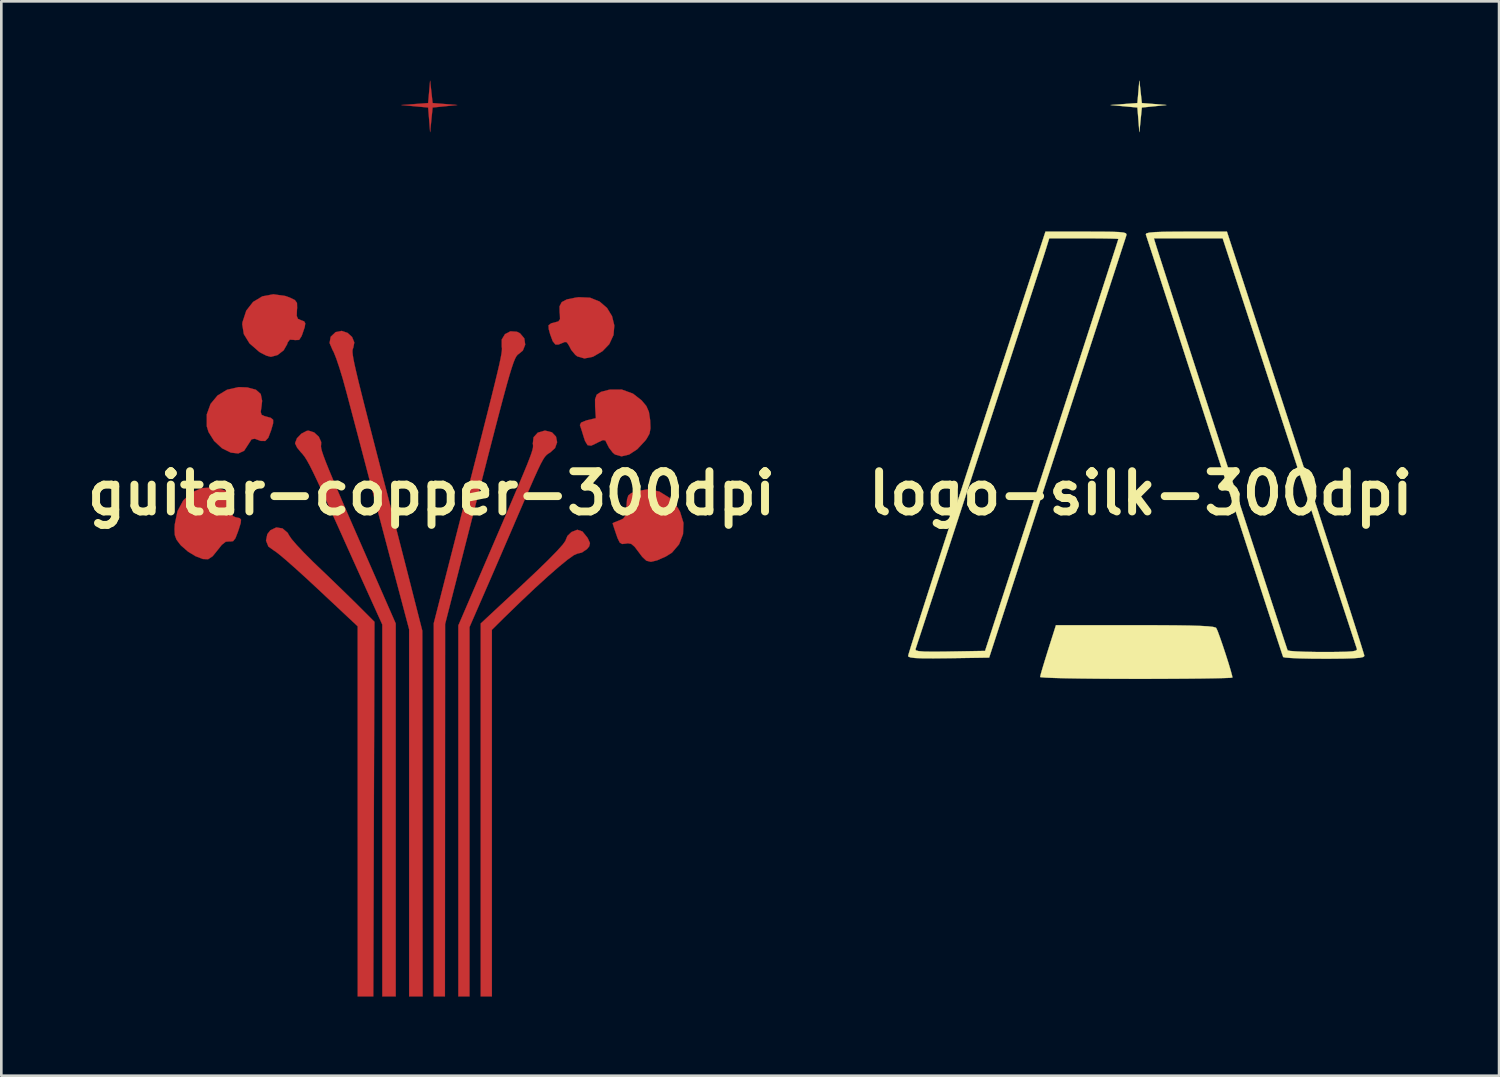
<source format=kicad_pcb>
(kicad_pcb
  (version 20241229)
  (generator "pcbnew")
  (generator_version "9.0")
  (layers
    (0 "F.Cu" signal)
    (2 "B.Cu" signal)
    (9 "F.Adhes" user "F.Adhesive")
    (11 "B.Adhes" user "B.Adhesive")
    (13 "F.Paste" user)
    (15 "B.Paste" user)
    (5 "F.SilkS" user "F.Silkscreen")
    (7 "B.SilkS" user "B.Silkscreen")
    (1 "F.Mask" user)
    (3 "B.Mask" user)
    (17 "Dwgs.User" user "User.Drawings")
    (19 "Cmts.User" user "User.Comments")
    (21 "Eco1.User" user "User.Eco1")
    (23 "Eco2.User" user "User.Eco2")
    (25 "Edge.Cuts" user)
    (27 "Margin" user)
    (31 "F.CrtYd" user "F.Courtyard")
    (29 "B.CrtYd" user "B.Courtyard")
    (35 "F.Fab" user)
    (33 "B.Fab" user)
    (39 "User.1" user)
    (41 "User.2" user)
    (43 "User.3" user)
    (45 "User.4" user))
  (footprint "logo-silk-300dpi"
    (layer "F.Cu")
    (at 40.142 15.626)
    (property "Reference" "logo-silk-300dpi" (at 0 0 0) (layer "F.SilkS") (effects (font (size 1.524 1.524) (thickness 0.3))))
    (attr through_hole)
    (fp_poly (pts (xy -0.005 -15.198) (xy 0.042 -14.774) (xy 0.508 -14.737) (xy 0.974 -14.699) (xy 0.508 -14.652) (xy 0.042 -14.605) (xy -0.005 -14.139) (xy -0.052 -13.674) (xy -0.089 -14.139) (xy -0.127 -14.605) (xy -0.635 -14.652) (xy -1.143 -14.699) (xy -0.127 -14.774) (xy -0.09 -15.198) (xy -0.053 -15.621) (xy -0.005 -15.198)) (stroke (width 0.01) (type solid)) (fill yes) (layer "F.SilkS"))
    (fp_poly (pts (xy 0.62 4.997) (xy 1.302 5.001) (xy 1.842 5.009) (xy 2.252 5.022) (xy 2.546 5.038) (xy 2.737 5.06) (xy 2.838 5.087) (xy 2.857 5.101) (xy 2.909 5.212) (xy 2.994 5.443) (xy 3.101 5.751) (xy 3.215 6.095) (xy 3.323 6.433) (xy 3.409 6.722) (xy 3.462 6.92) (xy 3.471 6.977) (xy 3.39 6.988) (xy 3.156 6.997) (xy 2.787 7.006) (xy 2.301 7.014) (xy 1.715 7.02) (xy 1.046 7.024) (xy 0.311 7.027) (xy -0.169 7.027) (xy -0.936 7.026) (xy -1.648 7.021) (xy -2.287 7.014) (xy -2.838 7.005) (xy -3.281 6.993) (xy -3.6 6.98) (xy -3.778 6.966) (xy -3.81 6.957) (xy -3.786 6.852) (xy -3.72 6.621) (xy -3.622 6.299) (xy -3.511 5.941) (xy -3.211 4.995) (xy -0.219 4.995) (xy 0.62 4.997)) (stroke (width 0.01) (type solid)) (fill yes) (layer "F.SilkS"))
    (fp_poly (pts (xy -1.504 -9.905) (xy -1.103 -9.9) (xy -0.827 -9.89) (xy -0.656 -9.872) (xy -0.567 -9.845) (xy -0.539 -9.805) (xy -0.547 -9.758) (xy -0.579 -9.658) (xy -0.661 -9.408) (xy -0.787 -9.019) (xy -0.955 -8.503) (xy -1.161 -7.871) (xy -1.401 -7.133) (xy -1.671 -6.3) (xy -1.969 -5.385) (xy -2.29 -4.398) (xy -2.63 -3.35) (xy -2.986 -2.253) (xy -3.168 -1.693) (xy -5.74 6.223) (xy -7.273 6.246) (xy -7.842 6.252) (xy -8.26 6.25) (xy -8.546 6.238) (xy -8.72 6.216) (xy -8.799 6.183) (xy -8.808 6.161) (xy -8.783 6.067) (xy -8.734 5.908) (xy -8.531 5.908) (xy -8.513 5.949) (xy -8.41 5.977) (xy -8.202 5.994) (xy -7.869 5.999) (xy -7.393 5.995) (xy -7.233 5.992) (xy -5.895 5.969) (xy -3.371 -1.819) (xy -3.013 -2.924) (xy -2.67 -3.983) (xy -2.345 -4.985) (xy -2.043 -5.918) (xy -1.767 -6.772) (xy -1.52 -7.536) (xy -1.306 -8.198) (xy -1.129 -8.748) (xy -0.991 -9.175) (xy -0.898 -9.467) (xy -0.851 -9.613) (xy -0.847 -9.629) (xy -0.927 -9.637) (xy -1.147 -9.644) (xy -1.479 -9.649) (xy -1.894 -9.652) (xy -2.156 -9.652) (xy -3.465 -9.652) (xy -3.628 -9.123) (xy -3.676 -8.974) (xy -3.77 -8.682) (xy -3.907 -8.26) (xy -4.081 -7.724) (xy -4.288 -7.087) (xy -4.524 -6.362) (xy -4.784 -5.563) (xy -5.063 -4.705) (xy -5.358 -3.801) (xy -5.663 -2.864) (xy -5.974 -1.91) (xy -6.287 -0.952) (xy -6.596 -0.003) (xy -6.898 0.923) (xy -7.188 1.811) (xy -7.462 2.648) (xy -7.714 3.42) (xy -7.941 4.113) (xy -8.137 4.713) (xy -8.299 5.207) (xy -8.422 5.58) (xy -8.5 5.819) (xy -8.531 5.908) (xy -8.734 5.908) (xy -8.709 5.823) (xy -8.589 5.441) (xy -8.427 4.93) (xy -8.226 4.302) (xy -7.991 3.569) (xy -7.724 2.74) (xy -7.429 1.828) (xy -7.11 0.843) (xy -6.77 -0.204) (xy -6.413 -1.301) (xy -6.21 -1.926) (xy -3.608 -9.906) (xy -2.052 -9.906) (xy -1.504 -9.905)) (stroke (width 0.01) (type solid)) (fill yes) (layer "F.SilkS"))
    (fp_poly (pts (xy 5.866 -1.926) (xy 6.231 -0.805) (xy 6.581 0.271) (xy 6.912 1.291) (xy 7.221 2.245) (xy 7.504 3.121) (xy 7.757 3.908) (xy 7.978 4.596) (xy 8.162 5.172) (xy 8.306 5.627) (xy 8.406 5.949) (xy 8.46 6.127) (xy 8.467 6.16) (xy 8.426 6.199) (xy 8.291 6.229) (xy 8.044 6.248) (xy 7.668 6.26) (xy 7.146 6.265) (xy 6.948 6.265) (xy 6.459 6.262) (xy 6.031 6.253) (xy 5.692 6.238) (xy 5.47 6.22) (xy 5.393 6.202) (xy 5.362 6.114) (xy 5.283 5.876) (xy 5.159 5.499) (xy 4.994 4.994) (xy 4.79 4.371) (xy 4.553 3.643) (xy 4.285 2.819) (xy 3.99 1.911) (xy 3.672 0.931) (xy 3.334 -0.113) (xy 2.979 -1.207) (xy 2.794 -1.778) (xy 2.433 -2.895) (xy 2.086 -3.967) (xy 1.756 -4.983) (xy 1.449 -5.933) (xy 1.166 -6.804) (xy 0.912 -7.586) (xy 0.691 -8.268) (xy 0.506 -8.839) (xy 0.36 -9.287) (xy 0.257 -9.602) (xy 0.241 -9.652) (xy 0.497 -9.652) (xy 0.555 -9.461) (xy 0.606 -9.299) (xy 0.702 -8.997) (xy 0.841 -8.567) (xy 1.016 -8.023) (xy 1.224 -7.379) (xy 1.46 -6.649) (xy 1.72 -5.845) (xy 2 -4.982) (xy 2.295 -4.073) (xy 2.601 -3.131) (xy 2.913 -2.17) (xy 3.227 -1.203) (xy 3.538 -0.245) (xy 3.843 0.693) (xy 4.137 1.595) (xy 4.415 2.449) (xy 4.673 3.241) (xy 4.906 3.958) (xy 5.111 4.585) (xy 5.283 5.111) (xy 5.417 5.52) (xy 5.51 5.799) (xy 5.556 5.936) (xy 5.56 5.948) (xy 5.653 5.97) (xy 5.886 5.988) (xy 6.229 6.002) (xy 6.651 6.01) (xy 6.914 6.011) (xy 7.419 6.009) (xy 7.777 6.001) (xy 8.009 5.986) (xy 8.139 5.961) (xy 8.187 5.923) (xy 8.184 5.889) (xy 8.151 5.793) (xy 8.07 5.547) (xy 7.944 5.162) (xy 7.776 4.65) (xy 7.57 4.023) (xy 7.33 3.29) (xy 7.059 2.464) (xy 6.762 1.556) (xy 6.442 0.576) (xy 6.102 -0.463) (xy 5.747 -1.551) (xy 5.619 -1.942) (xy 3.101 -9.652) (xy 0.497 -9.652) (xy 0.241 -9.652) (xy 0.201 -9.773) (xy 0.192 -9.8) (xy 0.213 -9.839) (xy 0.324 -9.868) (xy 0.542 -9.888) (xy 0.883 -9.9) (xy 1.367 -9.905) (xy 1.707 -9.906) (xy 3.263 -9.906) (xy 5.866 -1.926)) (stroke (width 0.01) (type solid)) (fill yes) (layer "F.SilkS")))
  (footprint "guitar-copper-300dpi"
    (layer "F.Cu")
    (at 13.288 15.626)
    (property "Reference" "guitar-copper-300dpi" (at 0 0 0) (layer "F.SilkS") (effects (font (size 1.524 1.524) (thickness 0.3))))
    (attr through_hole)
    (fp_poly (pts (xy -0.005 -15.198) (xy 0.042 -14.774) (xy 0.508 -14.737) (xy 0.974 -14.699) (xy 0.508 -14.652) (xy 0.042 -14.605) (xy -0.005 -14.139) (xy -0.052 -13.674) (xy -0.089 -14.139) (xy -0.127 -14.605) (xy -0.635 -14.652) (xy -1.143 -14.699) (xy -0.127 -14.774) (xy -0.09 -15.198) (xy -0.053 -15.621) (xy -0.005 -15.198)) (stroke (width 0.01) (type solid)) (fill yes) (layer "F.Cu"))
    (fp_poly (pts (xy 5.713 1.446) (xy 5.895 1.669) (xy 5.924 1.717) (xy 6 1.888) (xy 5.97 2.012) (xy 5.89 2.111) (xy 5.696 2.244) (xy 5.521 2.286) (xy 5.388 2.345) (xy 5.148 2.516) (xy 4.815 2.789) (xy 4.399 3.153) (xy 3.911 3.598) (xy 3.365 4.115) (xy 2.77 4.691) (xy 2.567 4.892) (xy 2.286 5.17) (xy 2.286 19.05) (xy 1.863 19.05) (xy 1.863 4.931) (xy 3.471 3.433) (xy 3.992 2.942) (xy 4.421 2.525) (xy 4.75 2.189) (xy 4.97 1.944) (xy 5.073 1.799) (xy 5.08 1.774) (xy 5.146 1.616) (xy 5.3 1.468) (xy 5.521 1.382) (xy 5.713 1.446)) (stroke (width 0.01) (type solid)) (fill yes) (layer "F.Cu"))
    (fp_poly (pts (xy -5.641 1.331) (xy -5.447 1.497) (xy -5.392 1.596) (xy -5.297 1.735) (xy -5.102 1.962) (xy -4.83 2.251) (xy -4.505 2.577) (xy -4.318 2.757) (xy -3.923 3.134) (xy -3.515 3.528) (xy -3.135 3.898) (xy -2.824 4.203) (xy -2.752 4.275) (xy -2.159 4.868) (xy -2.182 11.959) (xy -2.204 19.05) (xy -2.794 19.05) (xy -2.795 12.044) (xy -2.795 5.038) (xy -4.286 3.641) (xy -4.711 3.246) (xy -5.104 2.889) (xy -5.446 2.586) (xy -5.716 2.355) (xy -5.896 2.213) (xy -5.955 2.176) (xy -6.176 2.018) (xy -6.266 1.792) (xy -6.216 1.548) (xy -6.099 1.4) (xy -5.876 1.294) (xy -5.641 1.331)) (stroke (width 0.01) (type solid)) (fill yes) (layer "F.Cu"))
    (fp_poly (pts (xy -6.976 -4.007) (xy -6.648 -3.92) (xy -6.466 -3.758) (xy -6.413 -3.499) (xy -6.435 -3.299) (xy -6.466 -3.081) (xy -6.435 -2.972) (xy -6.32 -2.919) (xy -6.275 -2.908) (xy -6.084 -2.855) (xy -5.997 -2.783) (xy -5.997 -2.646) (xy -6.068 -2.399) (xy -6.08 -2.364) (xy -6.181 -2.099) (xy -6.295 -1.979) (xy -6.466 -1.982) (xy -6.689 -2.064) (xy -6.812 -2.044) (xy -6.929 -1.863) (xy -6.929 -1.863) (xy -7.095 -1.608) (xy -7.316 -1.507) (xy -7.598 -1.539) (xy -7.933 -1.704) (xy -8.231 -1.982) (xy -8.442 -2.318) (xy -8.508 -2.533) (xy -8.509 -2.985) (xy -8.366 -3.381) (xy -8.102 -3.7) (xy -7.74 -3.92) (xy -7.301 -4.019) (xy -6.976 -4.007)) (stroke (width 0.01) (type solid)) (fill yes) (layer "F.Cu"))
    (fp_poly (pts (xy 6.003 -7.404) (xy 6.364 -7.259) (xy 6.646 -7.016) (xy 6.836 -6.704) (xy 6.922 -6.352) (xy 6.891 -5.99) (xy 6.73 -5.644) (xy 6.471 -5.377) (xy 6.115 -5.169) (xy 5.791 -5.104) (xy 5.519 -5.183) (xy 5.446 -5.24) (xy 5.29 -5.429) (xy 5.206 -5.591) (xy 5.125 -5.715) (xy 5.051 -5.729) (xy 4.889 -5.663) (xy 4.806 -5.63) (xy 4.69 -5.633) (xy 4.589 -5.758) (xy 4.491 -6.024) (xy 4.439 -6.215) (xy 4.431 -6.359) (xy 4.53 -6.434) (xy 4.643 -6.462) (xy 4.804 -6.507) (xy 4.866 -6.593) (xy 4.86 -6.775) (xy 4.851 -6.846) (xy 4.848 -7.079) (xy 4.931 -7.237) (xy 5.125 -7.34) (xy 5.456 -7.407) (xy 5.575 -7.423) (xy 6.003 -7.404)) (stroke (width 0.01) (type solid)) (fill yes) (layer "F.Cu"))
    (fp_poly (pts (xy -5.528 -7.468) (xy -5.365 -7.409) (xy -5.172 -7.314) (xy -5.093 -7.206) (xy -5.088 -7.015) (xy -5.095 -6.94) (xy -5.103 -6.716) (xy -5.057 -6.603) (xy -4.934 -6.549) (xy -4.932 -6.549) (xy -4.822 -6.509) (xy -4.779 -6.434) (xy -4.801 -6.288) (xy -4.888 -6.033) (xy -4.921 -5.946) (xy -5.012 -5.807) (xy -5.171 -5.799) (xy -5.202 -5.806) (xy -5.365 -5.816) (xy -5.447 -5.708) (xy -5.465 -5.643) (xy -5.599 -5.411) (xy -5.83 -5.233) (xy -6.081 -5.165) (xy -6.251 -5.21) (xy -6.473 -5.323) (xy -6.526 -5.357) (xy -6.89 -5.674) (xy -7.106 -6.026) (xy -7.166 -6.397) (xy -7.157 -6.477) (xy -7.014 -6.914) (xy -6.755 -7.245) (xy -6.404 -7.456) (xy -5.987 -7.534) (xy -5.528 -7.468)) (stroke (width 0.01) (type solid)) (fill yes) (layer "F.Cu"))
    (fp_poly (pts (xy -8.057 -0.18) (xy -7.767 -0.084) (xy -7.61 0.039) (xy -7.551 0.235) (xy -7.552 0.508) (xy -7.555 0.746) (xy -7.516 0.865) (xy -7.416 0.911) (xy -7.385 0.916) (xy -7.264 0.942) (xy -7.212 1) (xy -7.224 1.128) (xy -7.298 1.366) (xy -7.332 1.466) (xy -7.425 1.705) (xy -7.512 1.813) (xy -7.624 1.827) (xy -7.649 1.823) (xy -7.791 1.835) (xy -7.941 1.954) (xy -8.089 2.14) (xy -8.287 2.385) (xy -8.458 2.497) (xy -8.657 2.49) (xy -8.936 2.382) (xy -9.218 2.21) (xy -9.477 1.986) (xy -9.516 1.942) (xy -9.654 1.758) (xy -9.719 1.585) (xy -9.73 1.355) (xy -9.72 1.176) (xy -9.617 0.676) (xy -9.399 0.271) (xy -9.088 -0.025) (xy -8.703 -0.194) (xy -8.266 -0.219) (xy -8.057 -0.18)) (stroke (width 0.01) (type solid)) (fill yes) (layer "F.Cu"))
    (fp_poly (pts (xy 8.626 -0.065) (xy 9.007 0.171) (xy 9.324 0.549) (xy 9.411 0.703) (xy 9.54 1.122) (xy 9.524 1.545) (xy 9.374 1.933) (xy 9.104 2.249) (xy 8.87 2.396) (xy 8.537 2.542) (xy 8.307 2.596) (xy 8.135 2.554) (xy 7.978 2.407) (xy 7.86 2.249) (xy 7.689 2.024) (xy 7.561 1.916) (xy 7.432 1.895) (xy 7.357 1.907) (xy 7.218 1.922) (xy 7.126 1.866) (xy 7.046 1.702) (xy 6.995 1.556) (xy 6.916 1.323) (xy 6.867 1.169) (xy 6.858 1.136) (xy 6.928 1.099) (xy 7.098 1.034) (xy 7.107 1.03) (xy 7.254 0.964) (xy 7.333 0.862) (xy 7.37 0.673) (xy 7.383 0.493) (xy 7.404 0.23) (xy 7.453 0.082) (xy 7.564 -0.005) (xy 7.751 -0.076) (xy 8.201 -0.151) (xy 8.626 -0.065)) (stroke (width 0.01) (type solid)) (fill yes) (layer "F.Cu"))
    (fp_poly (pts (xy 7.628 -3.772) (xy 7.954 -3.518) (xy 8.135 -3.301) (xy 8.232 -3.079) (xy 8.278 -2.772) (xy 8.279 -2.755) (xy 8.291 -2.461) (xy 8.255 -2.258) (xy 8.15 -2.07) (xy 8.09 -1.988) (xy 7.789 -1.666) (xy 7.483 -1.466) (xy 7.194 -1.397) (xy 6.946 -1.468) (xy 6.863 -1.538) (xy 6.719 -1.726) (xy 6.642 -1.878) (xy 6.584 -1.997) (xy 6.491 -2.014) (xy 6.313 -1.932) (xy 6.265 -1.905) (xy 6.046 -1.802) (xy 5.909 -1.821) (xy 5.813 -1.98) (xy 5.765 -2.125) (xy 5.69 -2.368) (xy 5.631 -2.549) (xy 5.619 -2.581) (xy 5.664 -2.676) (xy 5.866 -2.758) (xy 5.9 -2.767) (xy 6.223 -2.843) (xy 6.195 -3.277) (xy 6.193 -3.558) (xy 6.255 -3.732) (xy 6.415 -3.838) (xy 6.706 -3.914) (xy 6.764 -3.925) (xy 7.205 -3.926) (xy 7.628 -3.772)) (stroke (width 0.01) (type solid)) (fill yes) (layer "F.Cu"))
    (fp_poly (pts (xy -4.445 -2.304) (xy -4.268 -2.141) (xy -4.177 -1.94) (xy -4.181 -1.834) (xy -4.186 -1.781) (xy -4.177 -1.702) (xy -4.147 -1.587) (xy -4.092 -1.423) (xy -4.008 -1.198) (xy -3.889 -0.902) (xy -3.731 -0.522) (xy -3.529 -0.047) (xy -3.278 0.536) (xy -2.973 1.237) (xy -2.609 2.069) (xy -2.182 3.044) (xy -2.148 3.121) (xy -1.355 4.931) (xy -1.355 19.05) (xy -1.863 19.05) (xy -1.863 4.972) (xy -2.414 3.756) (xy -2.663 3.206) (xy -2.948 2.575) (xy -3.236 1.935) (xy -3.494 1.36) (xy -3.525 1.291) (xy -3.846 0.58) (xy -4.106 0.007) (xy -4.314 -0.445) (xy -4.48 -0.793) (xy -4.611 -1.054) (xy -4.716 -1.244) (xy -4.802 -1.381) (xy -4.88 -1.481) (xy -4.939 -1.545) (xy -5.088 -1.726) (xy -5.163 -1.881) (xy -5.165 -1.901) (xy -5.095 -2.082) (xy -4.928 -2.255) (xy -4.728 -2.36) (xy -4.657 -2.371) (xy -4.445 -2.304)) (stroke (width 0.01) (type solid)) (fill yes) (layer "F.Cu"))
    (fp_poly (pts (xy 4.56 -2.307) (xy 4.714 -2.145) (xy 4.756 -1.931) (xy 4.678 -1.711) (xy 4.492 -1.542) (xy 4.421 -1.5) (xy 4.358 -1.452) (xy 4.295 -1.382) (xy 4.224 -1.274) (xy 4.135 -1.11) (xy 4.022 -0.875) (xy 3.876 -0.553) (xy 3.689 -0.126) (xy 3.453 0.42) (xy 3.158 1.103) (xy 3.105 1.228) (xy 2.86 1.795) (xy 2.58 2.443) (xy 2.296 3.1) (xy 2.039 3.69) (xy 1.999 3.782) (xy 1.439 5.067) (xy 1.439 19.05) (xy 1.016 19.05) (xy 1.016 5.005) (xy 2.083 2.524) (xy 2.475 1.612) (xy 2.806 0.843) (xy 3.079 0.204) (xy 3.301 -0.318) (xy 3.477 -0.737) (xy 3.612 -1.064) (xy 3.71 -1.314) (xy 3.778 -1.499) (xy 3.819 -1.631) (xy 3.841 -1.725) (xy 3.846 -1.792) (xy 3.842 -1.846) (xy 3.836 -1.878) (xy 3.864 -2.119) (xy 4.024 -2.295) (xy 4.281 -2.37) (xy 4.307 -2.371) (xy 4.56 -2.307)) (stroke (width 0.01) (type solid)) (fill yes) (layer "F.Cu"))
    (fp_poly (pts (xy 3.235 -6.115) (xy 3.353 -6.055) (xy 3.514 -5.864) (xy 3.548 -5.626) (xy 3.459 -5.403) (xy 3.308 -5.278) (xy 3.263 -5.247) (xy 3.217 -5.192) (xy 3.167 -5.1) (xy 3.109 -4.959) (xy 3.04 -4.756) (xy 2.955 -4.481) (xy 2.852 -4.12) (xy 2.727 -3.661) (xy 2.576 -3.092) (xy 2.396 -2.401) (xy 2.183 -1.576) (xy 1.934 -0.605) (xy 1.808 -0.112) (xy 0.515 4.953) (xy 0.508 19.05) (xy 0.085 19.05) (xy 0.085 4.924) (xy 0.502 3.288) (xy 0.652 2.699) (xy 0.831 2) (xy 1.024 1.244) (xy 1.218 0.485) (xy 1.399 -0.224) (xy 1.44 -0.381) (xy 1.704 -1.413) (xy 1.928 -2.294) (xy 2.116 -3.036) (xy 2.271 -3.651) (xy 2.395 -4.153) (xy 2.492 -4.554) (xy 2.565 -4.866) (xy 2.615 -5.102) (xy 2.647 -5.274) (xy 2.664 -5.396) (xy 2.668 -5.479) (xy 2.662 -5.536) (xy 2.659 -5.548) (xy 2.659 -5.82) (xy 2.782 -6.024) (xy 2.988 -6.132) (xy 3.235 -6.115)) (stroke (width 0.01) (type solid)) (fill yes) (layer "F.Cu"))
    (fp_poly (pts (xy -3.18 -6.073) (xy -3.007 -5.916) (xy -2.923 -5.711) (xy -2.961 -5.508) (xy -2.979 -5.468) (xy -2.99 -5.417) (xy -2.992 -5.343) (xy -2.981 -5.235) (xy -2.956 -5.08) (xy -2.913 -4.868) (xy -2.849 -4.587) (xy -2.763 -4.224) (xy -2.65 -3.77) (xy -2.509 -3.211) (xy -2.337 -2.536) (xy -2.131 -1.734) (xy -1.888 -0.793) (xy -1.605 0.299) (xy -1.562 0.466) (xy -1.402 1.086) (xy -1.218 1.802) (xy -1.027 2.545) (xy -0.848 3.244) (xy -0.758 3.598) (xy -0.348 5.207) (xy -0.336 19.05) (xy -0.847 19.05) (xy -0.847 5.153) (xy -1.345 3.275) (xy -1.528 2.587) (xy -1.737 1.798) (xy -1.955 0.972) (xy -2.166 0.173) (xy -2.353 -0.536) (xy -2.357 -0.55) (xy -2.529 -1.205) (xy -2.712 -1.902) (xy -2.894 -2.593) (xy -3.062 -3.228) (xy -3.202 -3.759) (xy -3.227 -3.852) (xy -3.357 -4.325) (xy -3.488 -4.754) (xy -3.607 -5.106) (xy -3.704 -5.349) (xy -3.748 -5.43) (xy -3.859 -5.689) (xy -3.817 -5.925) (xy -3.632 -6.101) (xy -3.402 -6.147) (xy -3.18 -6.073)) (stroke (width 0.01) (type solid)) (fill yes) (layer "F.Cu")))
  (gr_rect
    (start -3 -3)
    (end 53.709 37.681)
    (stroke (width 0.1) (type default))
    (fill no)
    (layer "Edge.Cuts")))
</source>
